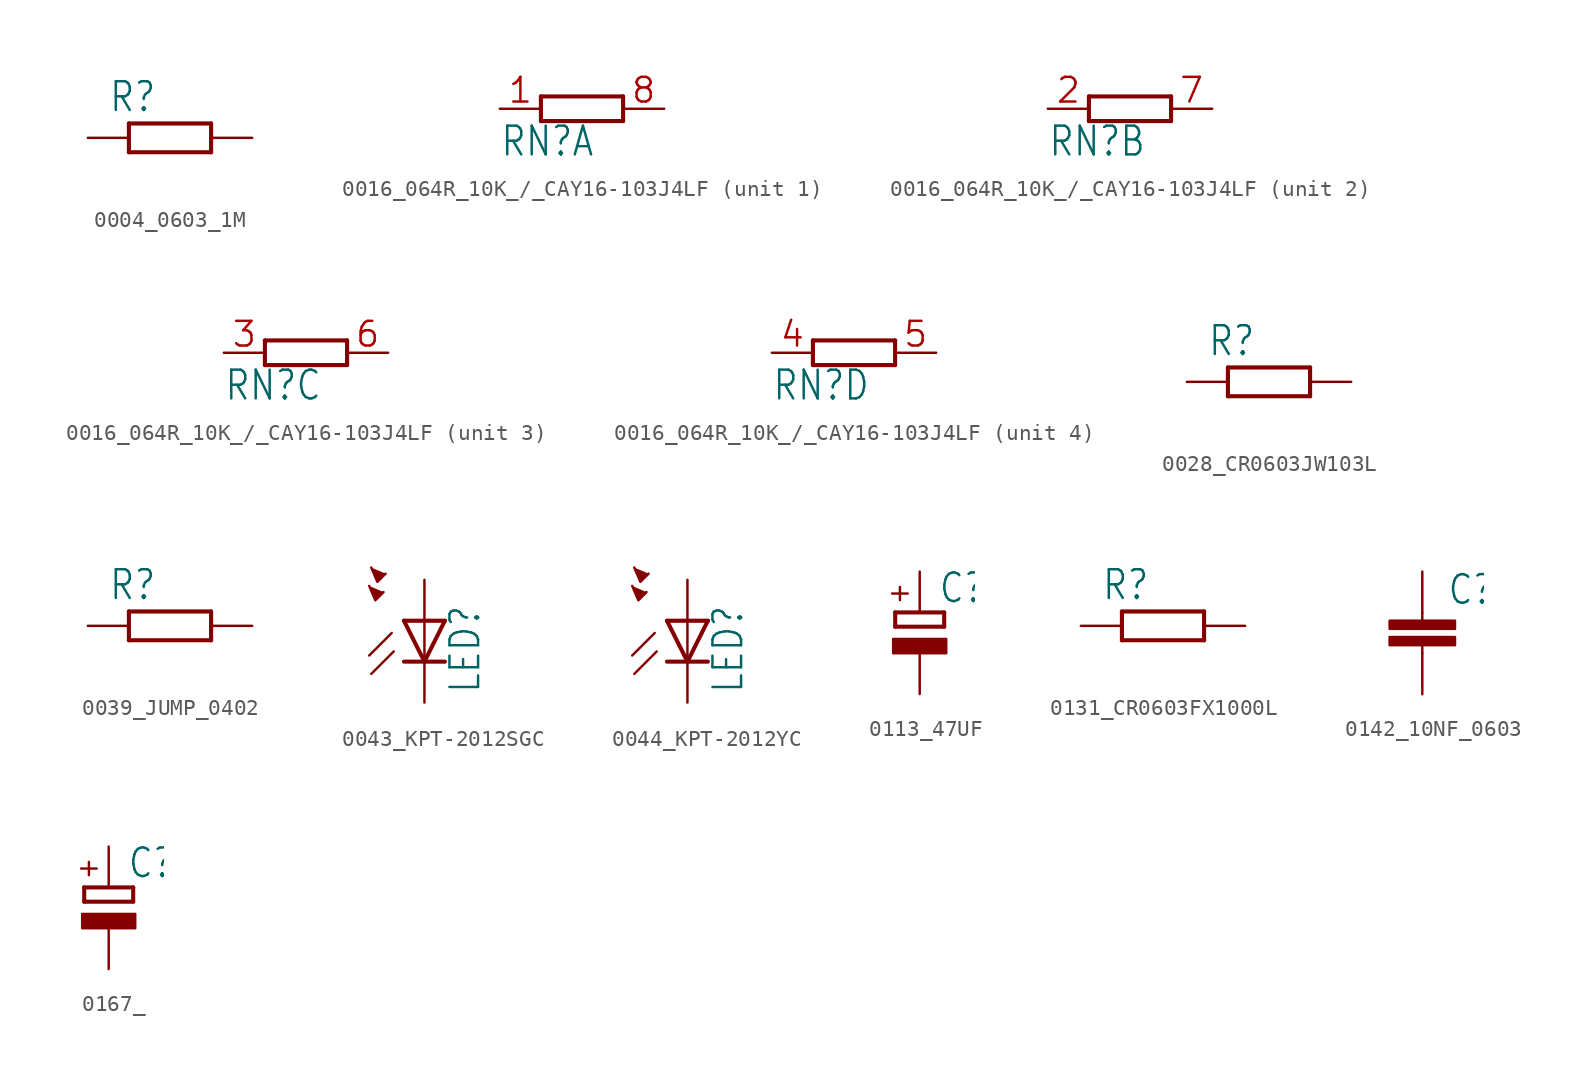
<source format=kicad_sym>
(kicad_symbol_lib
  (version 20241209)
  (generator "kicad_symbol_editor")
  (generator_version "9.0")
  (symbol "0004_0603_1M"
    (property "Reference" "R"
      (at -3.81 1.499 0)
      (effects (font (size 1.778 1.511)) (justify left bottom)))
    (property "Value" ""
      (at -3.81 -3.302 0)
      (effects (font (size 1.778 1.511)) (justify left bottom)))
    (property "ki_locked" ""
      (at 0 0 0)
      (effects (font (size 1.27 1.27))))
    (symbol "0004_0603_1M_1_0"
      (polyline (pts (xy -2.54 -0.889) (xy -2.54 0.889)) (stroke (width 0.254) (type solid)) (fill (type none)))
      (polyline (pts (xy -2.54 -0.889) (xy 2.54 -0.889)) (stroke (width 0.254) (type solid)) (fill (type none)))
      (polyline (pts (xy 2.54 0.889) (xy -2.54 0.889)) (stroke (width 0.254) (type solid)) (fill (type none)))
      (polyline (pts (xy 2.54 -0.889) (xy 2.54 0.889)) (stroke (width 0.254) (type solid)) (fill (type none)))
      (pin passive line (at -5.08 0 0) (length 2.54) (name "1" (effects (font (size 0 0)))) (number "1" (effects (font (size 0 0)))))
      (pin passive line (at 5.08 0 180) (length 2.54) (name "2" (effects (font (size 0 0)))) (number "2" (effects (font (size 0 0)))))))
  (symbol "0016_064R_10K_/_CAY16-103J4LF"
    (property "Reference" "RN"
      (at -5.08 -3.048 0)
      (effects (font (size 1.778 1.511)) (justify left bottom)))
    (property "Value" ""
      (at 2.54 -3.048 0)
      (effects (font (size 1.778 1.511)) (justify left bottom)))
    (property "ki_locked" ""
      (at 0 0 0)
      (effects (font (size 1.27 1.27))))
    (symbol "0016_064R_10K_/_CAY16-103J4LF_1_0"
      (polyline (pts (xy -2.54 0.762) (xy -2.54 -0.762)) (stroke (width 0.254) (type solid)) (fill (type none)))
      (polyline (pts (xy -2.54 -0.762) (xy 2.54 -0.762)) (stroke (width 0.254) (type solid)) (fill (type none)))
      (polyline (pts (xy 2.54 0.762) (xy -2.54 0.762)) (stroke (width 0.254) (type solid)) (fill (type none)))
      (polyline (pts (xy 2.54 -0.762) (xy 2.54 0.762)) (stroke (width 0.254) (type solid)) (fill (type none)))
      (pin passive line (at -5.08 0 0) (length 2.54) (name "1" (effects (font (size 0 0)))) (number "1" (effects (font (size 1.524 1.524)))))
      (pin passive line (at 5.08 0 180) (length 2.54) (name "2" (effects (font (size 0 0)))) (number "8" (effects (font (size 1.524 1.524))))))
    (symbol "0016_064R_10K_/_CAY16-103J4LF_2_0"
      (polyline (pts (xy -2.54 0.762) (xy -2.54 -0.762)) (stroke (width 0.254) (type solid)) (fill (type none)))
      (polyline (pts (xy -2.54 -0.762) (xy 2.54 -0.762)) (stroke (width 0.254) (type solid)) (fill (type none)))
      (polyline (pts (xy 2.54 0.762) (xy -2.54 0.762)) (stroke (width 0.254) (type solid)) (fill (type none)))
      (polyline (pts (xy 2.54 -0.762) (xy 2.54 0.762)) (stroke (width 0.254) (type solid)) (fill (type none)))
      (pin passive line (at -5.08 0 0) (length 2.54) (name "1" (effects (font (size 0 0)))) (number "2" (effects (font (size 1.524 1.524)))))
      (pin passive line (at 5.08 0 180) (length 2.54) (name "2" (effects (font (size 0 0)))) (number "7" (effects (font (size 1.524 1.524))))))
    (symbol "0016_064R_10K_/_CAY16-103J4LF_3_0"
      (polyline (pts (xy -2.54 0.762) (xy -2.54 -0.762)) (stroke (width 0.254) (type solid)) (fill (type none)))
      (polyline (pts (xy -2.54 -0.762) (xy 2.54 -0.762)) (stroke (width 0.254) (type solid)) (fill (type none)))
      (polyline (pts (xy 2.54 0.762) (xy -2.54 0.762)) (stroke (width 0.254) (type solid)) (fill (type none)))
      (polyline (pts (xy 2.54 -0.762) (xy 2.54 0.762)) (stroke (width 0.254) (type solid)) (fill (type none)))
      (pin passive line (at -5.08 0 0) (length 2.54) (name "1" (effects (font (size 0 0)))) (number "3" (effects (font (size 1.524 1.524)))))
      (pin passive line (at 5.08 0 180) (length 2.54) (name "2" (effects (font (size 0 0)))) (number "6" (effects (font (size 1.524 1.524))))))
    (symbol "0016_064R_10K_/_CAY16-103J4LF_4_0"
      (polyline (pts (xy -2.54 0.762) (xy -2.54 -0.762)) (stroke (width 0.254) (type solid)) (fill (type none)))
      (polyline (pts (xy -2.54 -0.762) (xy 2.54 -0.762)) (stroke (width 0.254) (type solid)) (fill (type none)))
      (polyline (pts (xy 2.54 0.762) (xy -2.54 0.762)) (stroke (width 0.254) (type solid)) (fill (type none)))
      (polyline (pts (xy 2.54 -0.762) (xy 2.54 0.762)) (stroke (width 0.254) (type solid)) (fill (type none)))
      (pin passive line (at -5.08 0 0) (length 2.54) (name "1" (effects (font (size 0 0)))) (number "4" (effects (font (size 1.524 1.524)))))
      (pin passive line (at 5.08 0 180) (length 2.54) (name "2" (effects (font (size 0 0)))) (number "5" (effects (font (size 1.524 1.524)))))))
  (symbol "0028_CR0603JW103L"
    (property "Reference" "R"
      (at -3.81 1.499 0)
      (effects (font (size 1.778 1.511)) (justify left bottom)))
    (property "Value" ""
      (at -3.81 -3.302 0)
      (effects (font (size 1.778 1.511)) (justify left bottom)))
    (property "ki_locked" ""
      (at 0 0 0)
      (effects (font (size 1.27 1.27))))
    (symbol "0028_CR0603JW103L_1_0"
      (polyline (pts (xy -2.54 -0.889) (xy -2.54 0.889)) (stroke (width 0.254) (type solid)) (fill (type none)))
      (polyline (pts (xy -2.54 -0.889) (xy 2.54 -0.889)) (stroke (width 0.254) (type solid)) (fill (type none)))
      (polyline (pts (xy 2.54 0.889) (xy -2.54 0.889)) (stroke (width 0.254) (type solid)) (fill (type none)))
      (polyline (pts (xy 2.54 -0.889) (xy 2.54 0.889)) (stroke (width 0.254) (type solid)) (fill (type none)))
      (pin passive line (at -5.08 0 0) (length 2.54) (name "1" (effects (font (size 0 0)))) (number "1" (effects (font (size 0 0)))))
      (pin passive line (at 5.08 0 180) (length 2.54) (name "2" (effects (font (size 0 0)))) (number "2" (effects (font (size 0 0)))))))
  (symbol "0039_JUMP_0402"
    (property "Reference" "R"
      (at -3.81 1.499 0)
      (effects (font (size 1.778 1.511)) (justify left bottom)))
    (property "Value" ""
      (at -3.81 -3.302 0)
      (effects (font (size 1.778 1.511)) (justify left bottom)))
    (property "ki_locked" ""
      (at 0 0 0)
      (effects (font (size 1.27 1.27))))
    (symbol "0039_JUMP_0402_1_0"
      (polyline (pts (xy -2.54 -0.889) (xy -2.54 0.889)) (stroke (width 0.254) (type solid)) (fill (type none)))
      (polyline (pts (xy -2.54 -0.889) (xy 2.54 -0.889)) (stroke (width 0.254) (type solid)) (fill (type none)))
      (polyline (pts (xy 2.54 0.889) (xy -2.54 0.889)) (stroke (width 0.254) (type solid)) (fill (type none)))
      (polyline (pts (xy 2.54 -0.889) (xy 2.54 0.889)) (stroke (width 0.254) (type solid)) (fill (type none)))
      (pin passive line (at -5.08 0 0) (length 2.54) (name "1" (effects (font (size 0 0)))) (number "1" (effects (font (size 0 0)))))
      (pin passive line (at 5.08 0 180) (length 2.54) (name "2" (effects (font (size 0 0)))) (number "2" (effects (font (size 0 0)))))))
  (symbol "0043_KPT-2012SGC"
    (property "Reference" "LED"
      (at 3.556 -4.572 90)
      (effects (font (size 1.778 1.511)) (justify left bottom)))
    (property "Value" ""
      (at 5.715 -4.572 90)
      (effects (font (size 1.778 1.511)) (justify left bottom)))
    (property "ki_locked" ""
      (at 0 0 0)
      (effects (font (size 1.27 1.27))))
    (symbol "0043_KPT-2012SGC_1_0"
      (polyline (pts (xy -3.429 2.159) (xy -3.048 1.27) (xy -2.54 1.778)) (stroke (width 0.152) (type solid)) (fill (type outline)))
      (polyline (pts (xy -3.302 3.302) (xy -2.921 2.413) (xy -2.413 2.921)) (stroke (width 0.152) (type solid)) (fill (type outline)))
      (polyline (pts (xy -2.032 -0.762) (xy -3.429 -2.159)) (stroke (width 0.152) (type solid)) (fill (type none)))
      (polyline (pts (xy -1.905 -1.905) (xy -3.302 -3.302)) (stroke (width 0.152) (type solid)) (fill (type none)))
      (polyline (pts (xy 0 0) (xy -1.27 0)) (stroke (width 0.254) (type solid)) (fill (type none)))
      (polyline (pts (xy 0 0) (xy 0 -2.54)) (stroke (width 0.152) (type solid)) (fill (type none)))
      (polyline (pts (xy 0 -2.54) (xy -1.27 0)) (stroke (width 0.254) (type solid)) (fill (type none)))
      (polyline (pts (xy 0 -2.54) (xy -1.27 -2.54)) (stroke (width 0.254) (type solid)) (fill (type none)))
      (polyline (pts (xy 1.27 0) (xy 0 0)) (stroke (width 0.254) (type solid)) (fill (type none)))
      (polyline (pts (xy 1.27 0) (xy 0 -2.54)) (stroke (width 0.254) (type solid)) (fill (type none)))
      (polyline (pts (xy 1.27 -2.54) (xy 0 -2.54)) (stroke (width 0.254) (type solid)) (fill (type none)))
      (pin passive line (at 0 2.54 270) (length 2.54) (name "A" (effects (font (size 0 0)))) (number "A" (effects (font (size 0 0)))))
      (pin passive line (at 0 -5.08 90) (length 2.54) (name "C" (effects (font (size 0 0)))) (number "C" (effects (font (size 0 0)))))))
  (symbol "0044_KPT-2012YC"
    (property "Reference" "LED"
      (at 3.556 -4.572 90)
      (effects (font (size 1.778 1.511)) (justify left bottom)))
    (property "Value" ""
      (at 5.715 -4.572 90)
      (effects (font (size 1.778 1.511)) (justify left bottom)))
    (property "ki_locked" ""
      (at 0 0 0)
      (effects (font (size 1.27 1.27))))
    (symbol "0044_KPT-2012YC_1_0"
      (polyline (pts (xy -3.429 2.159) (xy -3.048 1.27) (xy -2.54 1.778)) (stroke (width 0.152) (type solid)) (fill (type outline)))
      (polyline (pts (xy -3.302 3.302) (xy -2.921 2.413) (xy -2.413 2.921)) (stroke (width 0.152) (type solid)) (fill (type outline)))
      (polyline (pts (xy -2.032 -0.762) (xy -3.429 -2.159)) (stroke (width 0.152) (type solid)) (fill (type none)))
      (polyline (pts (xy -1.905 -1.905) (xy -3.302 -3.302)) (stroke (width 0.152) (type solid)) (fill (type none)))
      (polyline (pts (xy 0 0) (xy -1.27 0)) (stroke (width 0.254) (type solid)) (fill (type none)))
      (polyline (pts (xy 0 0) (xy 0 -2.54)) (stroke (width 0.152) (type solid)) (fill (type none)))
      (polyline (pts (xy 0 -2.54) (xy -1.27 0)) (stroke (width 0.254) (type solid)) (fill (type none)))
      (polyline (pts (xy 0 -2.54) (xy -1.27 -2.54)) (stroke (width 0.254) (type solid)) (fill (type none)))
      (polyline (pts (xy 1.27 0) (xy 0 0)) (stroke (width 0.254) (type solid)) (fill (type none)))
      (polyline (pts (xy 1.27 0) (xy 0 -2.54)) (stroke (width 0.254) (type solid)) (fill (type none)))
      (polyline (pts (xy 1.27 -2.54) (xy 0 -2.54)) (stroke (width 0.254) (type solid)) (fill (type none)))
      (pin passive line (at 0 2.54 270) (length 2.54) (name "A" (effects (font (size 0 0)))) (number "A" (effects (font (size 0 0)))))
      (pin passive line (at 0 -5.08 90) (length 2.54) (name "C" (effects (font (size 0 0)))) (number "C" (effects (font (size 0 0)))))))
  (symbol "0113_47UF"
    (property "Reference" "C"
      (at 1.143 0.483 0)
      (effects (font (size 1.778 1.511)) (justify left bottom)))
    (property "Value" ""
      (at 1.143 -4.597 0)
      (effects (font (size 1.778 1.511)) (justify left bottom)))
    (property "ki_locked" ""
      (at 0 0 0)
      (effects (font (size 1.27 1.27))))
    (symbol "0113_47UF_1_0"
      (rectangle (start -1.651 -2.54) (end 1.651 -1.651) (stroke (width 0) (type default)) (fill (type outline)))
      (polyline (pts (xy -1.524 0) (xy -1.524 -0.889)) (stroke (width 0.254) (type solid)) (fill (type none)))
      (polyline (pts (xy -1.524 0) (xy 1.524 0)) (stroke (width 0.254) (type solid)) (fill (type none)))
      (polyline (pts (xy -1.524 -0.889) (xy 1.524 -0.889)) (stroke (width 0.254) (type solid)) (fill (type none)))
      (polyline (pts (xy 1.524 -0.889) (xy 1.524 0)) (stroke (width 0.254) (type solid)) (fill (type none)))
      (text "+" (at -0.584 0.406 900) (effects (font (size 1.27 1.079)) (justify left bottom)))
      (pin passive line (at 0 2.54 270) (length 2.54) (name "+" (effects (font (size 0 0)))) (number "+" (effects (font (size 0 0)))))
      (pin passive line (at 0 -5.08 90) (length 2.54) (name "-" (effects (font (size 0 0)))) (number "-" (effects (font (size 0 0)))))))
  (symbol "0131_CR0603FX1000L"
    (property "Reference" "R"
      (at -3.81 1.499 0)
      (effects (font (size 1.778 1.511)) (justify left bottom)))
    (property "Value" ""
      (at -3.81 -3.302 0)
      (effects (font (size 1.778 1.511)) (justify left bottom)))
    (property "ki_locked" ""
      (at 0 0 0)
      (effects (font (size 1.27 1.27))))
    (symbol "0131_CR0603FX1000L_1_0"
      (polyline (pts (xy -2.54 -0.889) (xy -2.54 0.889)) (stroke (width 0.254) (type solid)) (fill (type none)))
      (polyline (pts (xy -2.54 -0.889) (xy 2.54 -0.889)) (stroke (width 0.254) (type solid)) (fill (type none)))
      (polyline (pts (xy 2.54 0.889) (xy -2.54 0.889)) (stroke (width 0.254) (type solid)) (fill (type none)))
      (polyline (pts (xy 2.54 -0.889) (xy 2.54 0.889)) (stroke (width 0.254) (type solid)) (fill (type none)))
      (pin passive line (at -5.08 0 0) (length 2.54) (name "1" (effects (font (size 0 0)))) (number "1" (effects (font (size 0 0)))))
      (pin passive line (at 5.08 0 180) (length 2.54) (name "2" (effects (font (size 0 0)))) (number "2" (effects (font (size 0 0)))))))
  (symbol "0142_10NF_0603"
    (property "Reference" "C"
      (at 1.524 0.381 0)
      (effects (font (size 1.778 1.511)) (justify left bottom)))
    (property "Value" ""
      (at 1.524 -4.699 0)
      (effects (font (size 1.778 1.511)) (justify left bottom)))
    (property "ki_locked" ""
      (at 0 0 0)
      (effects (font (size 1.27 1.27))))
    (symbol "0142_10NF_0603_1_0"
      (rectangle (start -2.032 -1.016) (end 2.032 -0.508) (stroke (width 0) (type default)) (fill (type outline)))
      (rectangle (start -2.032 -2.032) (end 2.032 -1.524) (stroke (width 0) (type default)) (fill (type outline)))
      (polyline (pts (xy 0 0) (xy 0 -0.508)) (stroke (width 0.152) (type solid)) (fill (type none)))
      (polyline (pts (xy 0 -2.54) (xy 0 -2.032)) (stroke (width 0.152) (type solid)) (fill (type none)))
      (pin passive line (at 0 2.54 270) (length 2.54) (name "1" (effects (font (size 0 0)))) (number "1" (effects (font (size 0 0)))))
      (pin passive line (at 0 -5.08 90) (length 2.54) (name "2" (effects (font (size 0 0)))) (number "2" (effects (font (size 0 0)))))))
  (symbol "0167_"
    (property "Reference" "C"
      (at 1.143 0.483 0)
      (effects (font (size 1.778 1.511)) (justify left bottom)))
    (property "Value" ""
      (at 1.143 -4.597 0)
      (effects (font (size 1.778 1.511)) (justify left bottom)))
    (property "ki_locked" ""
      (at 0 0 0)
      (effects (font (size 1.27 1.27))))
    (symbol "0167__1_0"
      (rectangle (start -1.651 -2.54) (end 1.651 -1.651) (stroke (width 0) (type default)) (fill (type outline)))
      (polyline (pts (xy -1.524 0) (xy -1.524 -0.889)) (stroke (width 0.254) (type solid)) (fill (type none)))
      (polyline (pts (xy -1.524 0) (xy 1.524 0)) (stroke (width 0.254) (type solid)) (fill (type none)))
      (polyline (pts (xy -1.524 -0.889) (xy 1.524 -0.889)) (stroke (width 0.254) (type solid)) (fill (type none)))
      (polyline (pts (xy 1.524 -0.889) (xy 1.524 0)) (stroke (width 0.254) (type solid)) (fill (type none)))
      (text "+" (at -0.584 0.406 900) (effects (font (size 1.27 1.079)) (justify left bottom)))
      (pin passive line (at 0 2.54 270) (length 2.54) (name "+" (effects (font (size 0 0)))) (number "+" (effects (font (size 0 0)))))
      (pin passive line (at 0 -5.08 90) (length 2.54) (name "-" (effects (font (size 0 0)))) (number "-" (effects (font (size 0 0))))))))
</source>
